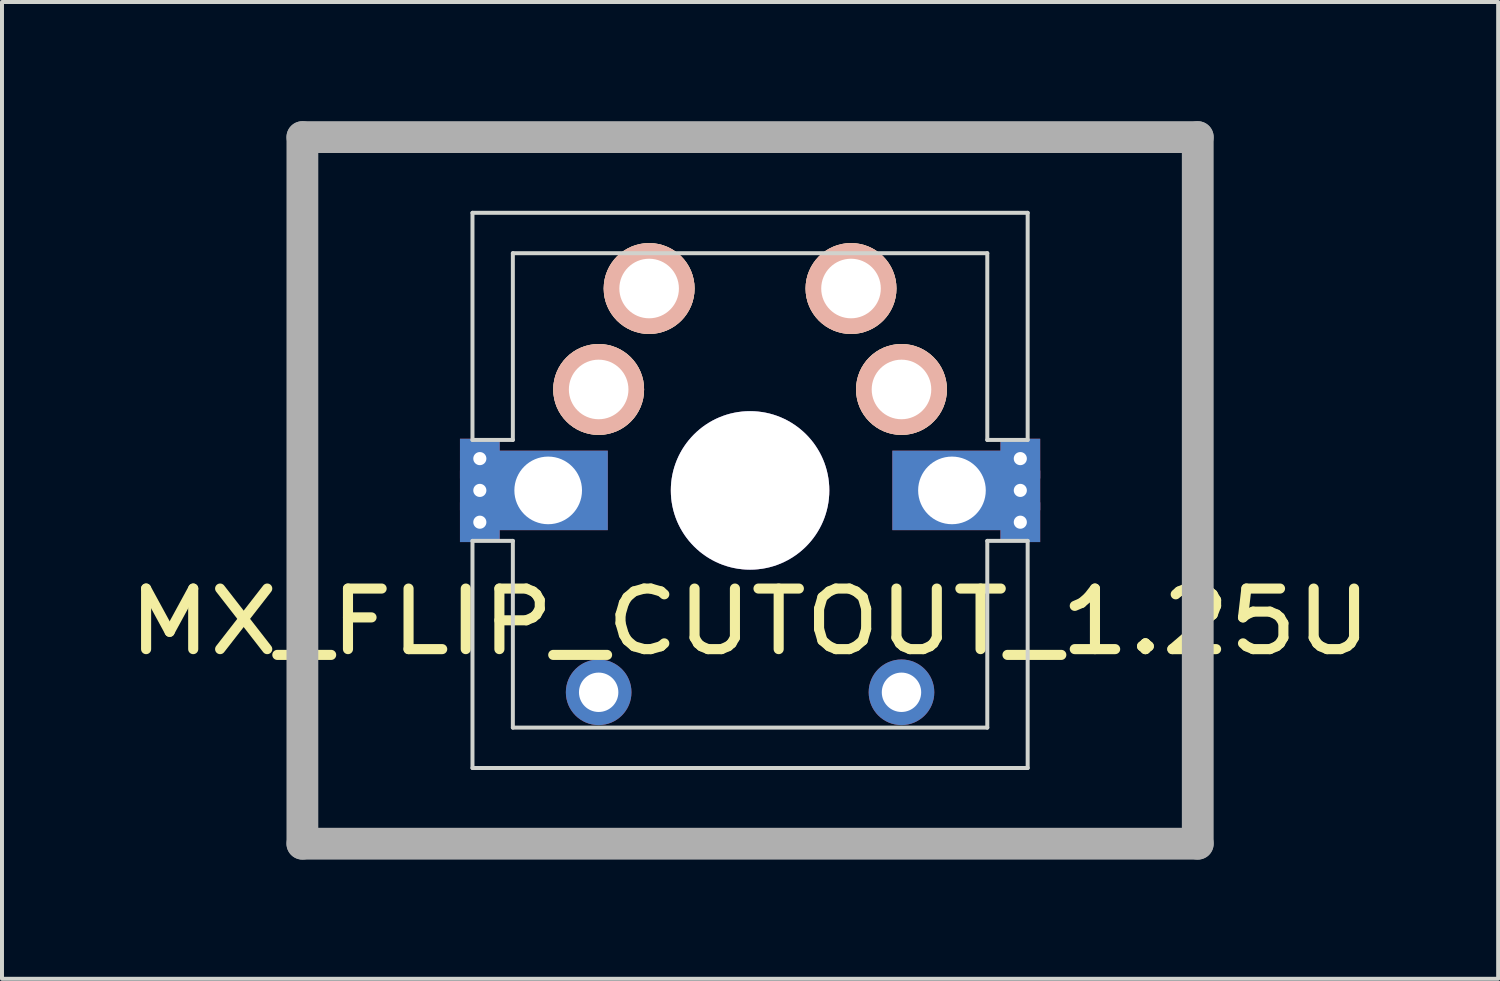
<source format=kicad_pcb>
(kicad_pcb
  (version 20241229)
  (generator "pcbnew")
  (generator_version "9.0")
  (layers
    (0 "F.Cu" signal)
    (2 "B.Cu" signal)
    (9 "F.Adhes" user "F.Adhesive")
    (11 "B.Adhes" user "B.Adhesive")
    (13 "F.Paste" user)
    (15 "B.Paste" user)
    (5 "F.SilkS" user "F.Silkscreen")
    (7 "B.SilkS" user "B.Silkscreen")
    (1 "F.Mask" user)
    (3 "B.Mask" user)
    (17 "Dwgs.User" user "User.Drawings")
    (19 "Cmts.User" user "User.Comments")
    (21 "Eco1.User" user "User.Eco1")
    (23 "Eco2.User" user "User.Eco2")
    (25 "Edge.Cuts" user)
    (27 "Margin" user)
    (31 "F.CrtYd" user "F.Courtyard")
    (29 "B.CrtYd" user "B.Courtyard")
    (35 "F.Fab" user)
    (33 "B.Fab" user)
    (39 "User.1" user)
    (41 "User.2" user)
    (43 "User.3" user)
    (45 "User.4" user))
  (footprint "MX_FLIP_CUTOUT_1.25U"
    (layer "F.Cu")
    (at 15.824 9.29)
    (property "Reference" "MX_FLIP_CUTOUT_1.25U" (at 0 3.302 0) (layer "F.SilkS") (effects (font (size 1.524 1.778) (thickness 0.254))))
    (attr through_hole)
    (fp_line (start -6.985 -6.985) (end 6.985 -6.985) (stroke (width 0.1) (type solid)) (layer "Edge.Cuts"))
    (fp_line (start -6.985 -1.27) (end -6.985 -6.985) (stroke (width 0.1) (type solid)) (layer "Edge.Cuts"))
    (fp_line (start -6.985 1.27) (end -5.969 1.27) (stroke (width 0.1) (type solid)) (layer "Edge.Cuts"))
    (fp_line (start -6.985 6.985) (end -6.985 1.27) (stroke (width 0.1) (type solid)) (layer "Edge.Cuts"))
    (fp_line (start -5.969 -5.969) (end -5.969 -1.27) (stroke (width 0.1) (type solid)) (layer "Edge.Cuts"))
    (fp_line (start -5.969 -1.27) (end -6.985 -1.27) (stroke (width 0.1) (type solid)) (layer "Edge.Cuts"))
    (fp_line (start -5.969 1.27) (end -5.969 5.969) (stroke (width 0.1) (type solid)) (layer "Edge.Cuts"))
    (fp_line (start -5.969 5.969) (end 5.969 5.969) (stroke (width 0.1) (type solid)) (layer "Edge.Cuts"))
    (fp_line (start 5.969 -5.969) (end -5.969 -5.969) (stroke (width 0.1) (type solid)) (layer "Edge.Cuts"))
    (fp_line (start 5.969 -1.27) (end 5.969 -5.969) (stroke (width 0.1) (type solid)) (layer "Edge.Cuts"))
    (fp_line (start 5.969 1.27) (end 6.985 1.27) (stroke (width 0.1) (type solid)) (layer "Edge.Cuts"))
    (fp_line (start 5.969 5.969) (end 5.969 1.27) (stroke (width 0.1) (type solid)) (layer "Edge.Cuts"))
    (fp_line (start 6.985 -6.985) (end 6.985 -1.27) (stroke (width 0.1) (type solid)) (layer "Edge.Cuts"))
    (fp_line (start 6.985 -1.27) (end 5.969 -1.27) (stroke (width 0.1) (type solid)) (layer "Edge.Cuts"))
    (fp_line (start 6.985 1.27) (end 6.985 6.985) (stroke (width 0.1) (type solid)) (layer "Edge.Cuts"))
    (fp_line (start 6.985 6.985) (end -6.985 6.985) (stroke (width 0.1) (type solid)) (layer "Edge.Cuts"))
    (fp_line (start -11.265 -8.89) (end 11.265 -8.89) (stroke (width 0.8) (type solid)) (layer "F.Fab"))
    (fp_line (start -11.265 8.89) (end -11.265 -8.89) (stroke (width 0.8) (type solid)) (layer "F.Fab"))
    (fp_line (start 11.265 -8.89) (end 11.265 8.89) (stroke (width 0.8) (type solid)) (layer "F.Fab"))
    (fp_line (start 11.265 8.89) (end -11.265 8.89) (stroke (width 0.8) (type solid)) (layer "F.Fab"))
    (pad "" thru_hole circle (at -3.81 5.08) (size 1.651 1.651) (drill 0.991) (layers "*.Cu" "*.Mask"))
    (pad "" thru_hole circle (at 3.81 5.08) (size 1.651 1.651) (drill 0.991) (layers "*.Cu" "*.Mask"))
    (pad "0" thru_hole circle (at 0 0) (size 3.988 3.988) (drill 3.988) (layers "*.Cu"))
    (pad "1" thru_hole circle (at 2.54 -5.08) (size 2.286 2.286) (drill 1.499) (layers "*.Cu" "*.SilkS" "*.Mask"))
    (pad "1" thru_hole circle (at 3.81 -2.54) (size 2.286 2.286) (drill 1.499) (layers "*.Cu" "*.SilkS" "*.Mask"))
    (pad "1" thru_hole rect (at 5.08 0) (size 3 2) (drill 1.702) (layers "*.Cu"))
    (pad "1" thru_hole rect (at 6.8 -0.8) (size 1 1) (drill 0.33) (layers "*.Cu"))
    (pad "1" thru_hole rect (at 6.8 0) (size 1 1) (drill 0.33) (layers "*.Cu"))
    (pad "1" thru_hole rect (at 6.8 0.8) (size 1 1) (drill 0.33) (layers "*.Cu"))
    (pad "2" thru_hole rect (at -6.8 -0.8) (size 1 1) (drill 0.33) (layers "*.Cu"))
    (pad "2" thru_hole rect (at -6.8 0) (size 1 1) (drill 0.33) (layers "*.Cu"))
    (pad "2" thru_hole rect (at -6.8 0.8) (size 1 1) (drill 0.33) (layers "*.Cu"))
    (pad "2" thru_hole rect (at -5.08 0) (size 3 2) (drill 1.702) (layers "*.Cu"))
    (pad "2" thru_hole circle (at -3.81 -2.54) (size 2.286 2.286) (drill 1.499) (layers "*.Cu" "*.SilkS" "*.Mask"))
    (pad "2" thru_hole circle (at -2.54 -5.08) (size 2.286 2.286) (drill 1.499) (layers "*.Cu" "*.SilkS" "*.Mask")))
  (gr_rect
    (start -3 -3)
    (end 34.648 21.58)
    (stroke (width 0.1) (type default))
    (fill no)
    (layer "Edge.Cuts")))
</source>
